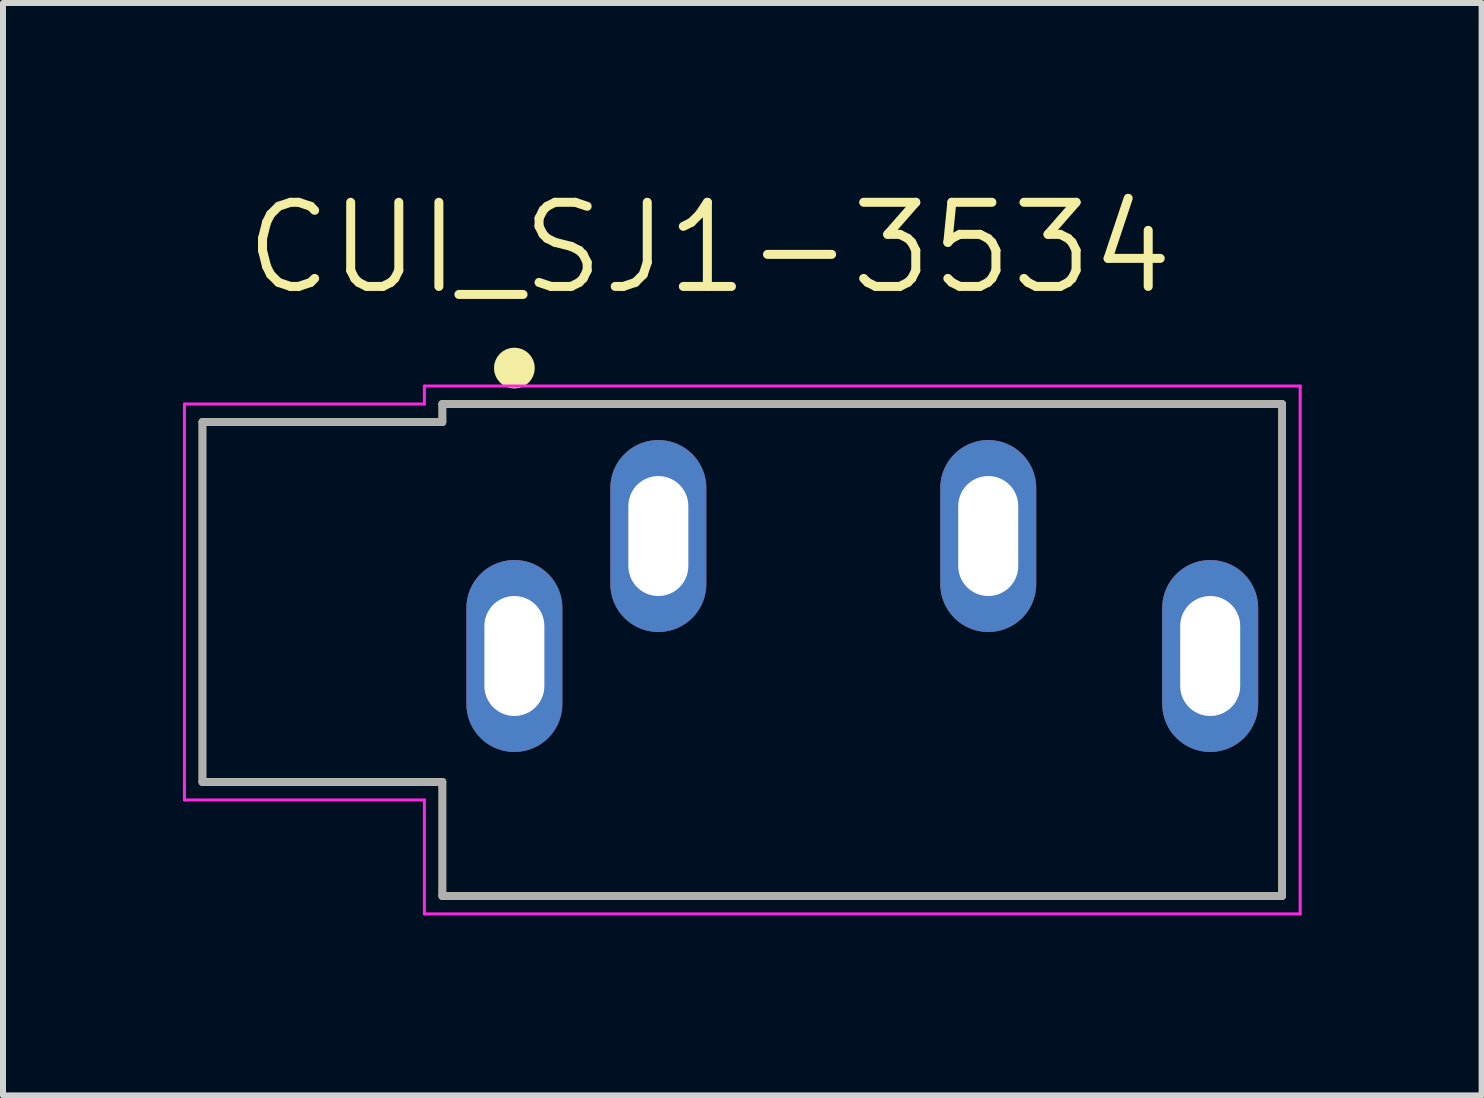
<source format=kicad_pcb>
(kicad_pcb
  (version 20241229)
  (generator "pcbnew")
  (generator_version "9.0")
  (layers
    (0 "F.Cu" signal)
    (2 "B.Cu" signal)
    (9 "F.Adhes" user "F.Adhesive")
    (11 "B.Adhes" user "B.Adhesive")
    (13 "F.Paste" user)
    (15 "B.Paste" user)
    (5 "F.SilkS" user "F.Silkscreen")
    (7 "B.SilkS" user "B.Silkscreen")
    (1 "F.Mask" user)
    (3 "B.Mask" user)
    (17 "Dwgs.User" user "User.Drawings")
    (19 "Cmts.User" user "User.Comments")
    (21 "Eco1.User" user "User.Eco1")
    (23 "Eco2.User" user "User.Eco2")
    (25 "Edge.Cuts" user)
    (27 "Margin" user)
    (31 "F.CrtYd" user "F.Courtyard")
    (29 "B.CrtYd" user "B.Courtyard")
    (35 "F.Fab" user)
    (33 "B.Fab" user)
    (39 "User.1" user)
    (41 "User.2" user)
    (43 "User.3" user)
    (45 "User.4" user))
  (footprint "CUI_SJ1-3534"
    (layer "F.Cu")
    (at 5.525 7.886)
    (property "Reference" "CUI_SJ1-3534" (at 3.251 -6.802 0) (layer "F.SilkS") (effects (font (size 1.403 1.403) (thickness 0.15))))
    (attr through_hole)
    (fp_line (start -5.2 -3.9) (end -1.2 -3.9) (stroke (width 0.127) (type solid)) (layer "F.SilkS"))
    (fp_line (start -5.2 2.1) (end -5.2 -3.9) (stroke (width 0.127) (type solid)) (layer "F.SilkS"))
    (fp_line (start -1.2 -4.2) (end 12.8 -4.2) (stroke (width 0.127) (type solid)) (layer "F.SilkS"))
    (fp_line (start -1.2 -3.9) (end -1.2 -4.2) (stroke (width 0.127) (type solid)) (layer "F.SilkS"))
    (fp_line (start -1.2 2.1) (end -5.2 2.1) (stroke (width 0.127) (type solid)) (layer "F.SilkS"))
    (fp_line (start -1.2 4) (end -1.2 2.1) (stroke (width 0.127) (type solid)) (layer "F.SilkS"))
    (fp_line (start 12.8 -4.2) (end 12.8 4) (stroke (width 0.127) (type solid)) (layer "F.SilkS"))
    (fp_line (start 12.8 4) (end -1.2 4) (stroke (width 0.127) (type solid)) (layer "F.SilkS"))
    (fp_circle (center 0 -4.8) (end 0.17 -4.8) (stroke (width 0.34) (type solid)) (fill no) (layer "F.SilkS"))
    (fp_line (start -5.5 -4.2) (end -1.5 -4.2) (stroke (width 0.05) (type solid)) (layer "F.CrtYd"))
    (fp_line (start -5.5 2.4) (end -5.5 -4.2) (stroke (width 0.05) (type solid)) (layer "F.CrtYd"))
    (fp_line (start -1.5 -4.5) (end 13.1 -4.5) (stroke (width 0.05) (type solid)) (layer "F.CrtYd"))
    (fp_line (start -1.5 -4.2) (end -1.5 -4.5) (stroke (width 0.05) (type solid)) (layer "F.CrtYd"))
    (fp_line (start -1.5 2.4) (end -5.5 2.4) (stroke (width 0.05) (type solid)) (layer "F.CrtYd"))
    (fp_line (start -1.5 4.3) (end -1.5 2.4) (stroke (width 0.05) (type solid)) (layer "F.CrtYd"))
    (fp_line (start 13.1 -4.5) (end 13.1 4.3) (stroke (width 0.05) (type solid)) (layer "F.CrtYd"))
    (fp_line (start 13.1 4.3) (end -1.5 4.3) (stroke (width 0.05) (type solid)) (layer "F.CrtYd"))
    (fp_line (start -5.2 -3.9) (end -1.2 -3.9) (stroke (width 0.127) (type solid)) (layer "F.Fab"))
    (fp_line (start -5.2 2.1) (end -5.2 -3.9) (stroke (width 0.127) (type solid)) (layer "F.Fab"))
    (fp_line (start -1.2 -4.2) (end 12.8 -4.2) (stroke (width 0.127) (type solid)) (layer "F.Fab"))
    (fp_line (start -1.2 -3.9) (end -1.2 -4.2) (stroke (width 0.127) (type solid)) (layer "F.Fab"))
    (fp_line (start -1.2 2.1) (end -5.2 2.1) (stroke (width 0.127) (type solid)) (layer "F.Fab"))
    (fp_line (start -1.2 4) (end -1.2 2.1) (stroke (width 0.127) (type solid)) (layer "F.Fab"))
    (fp_line (start 12.8 -4.2) (end 12.8 4) (stroke (width 0.127) (type solid)) (layer "F.Fab"))
    (fp_line (start 12.8 4) (end -1.2 4) (stroke (width 0.127) (type solid)) (layer "F.Fab"))
    (pad "1" thru_hole oval (at 0 0) (size 1.6 3.2) (drill oval 1 2) (layers "*.Cu" "*.Mask"))
    (pad "2" thru_hole oval (at 2.4 -2) (size 1.6 3.2) (drill oval 1 2) (layers "*.Cu" "*.Mask"))
    (pad "3" thru_hole oval (at 7.9 -2) (size 1.6 3.2) (drill oval 1 2) (layers "*.Cu" "*.Mask"))
    (pad "4" thru_hole oval (at 11.6 0) (size 1.6 3.2) (drill oval 1 2) (layers "*.Cu" "*.Mask")))
  (gr_rect
    (start -3 -3)
    (end 21.65 15.211)
    (stroke (width 0.1) (type default))
    (fill no)
    (layer "Edge.Cuts")))
</source>
